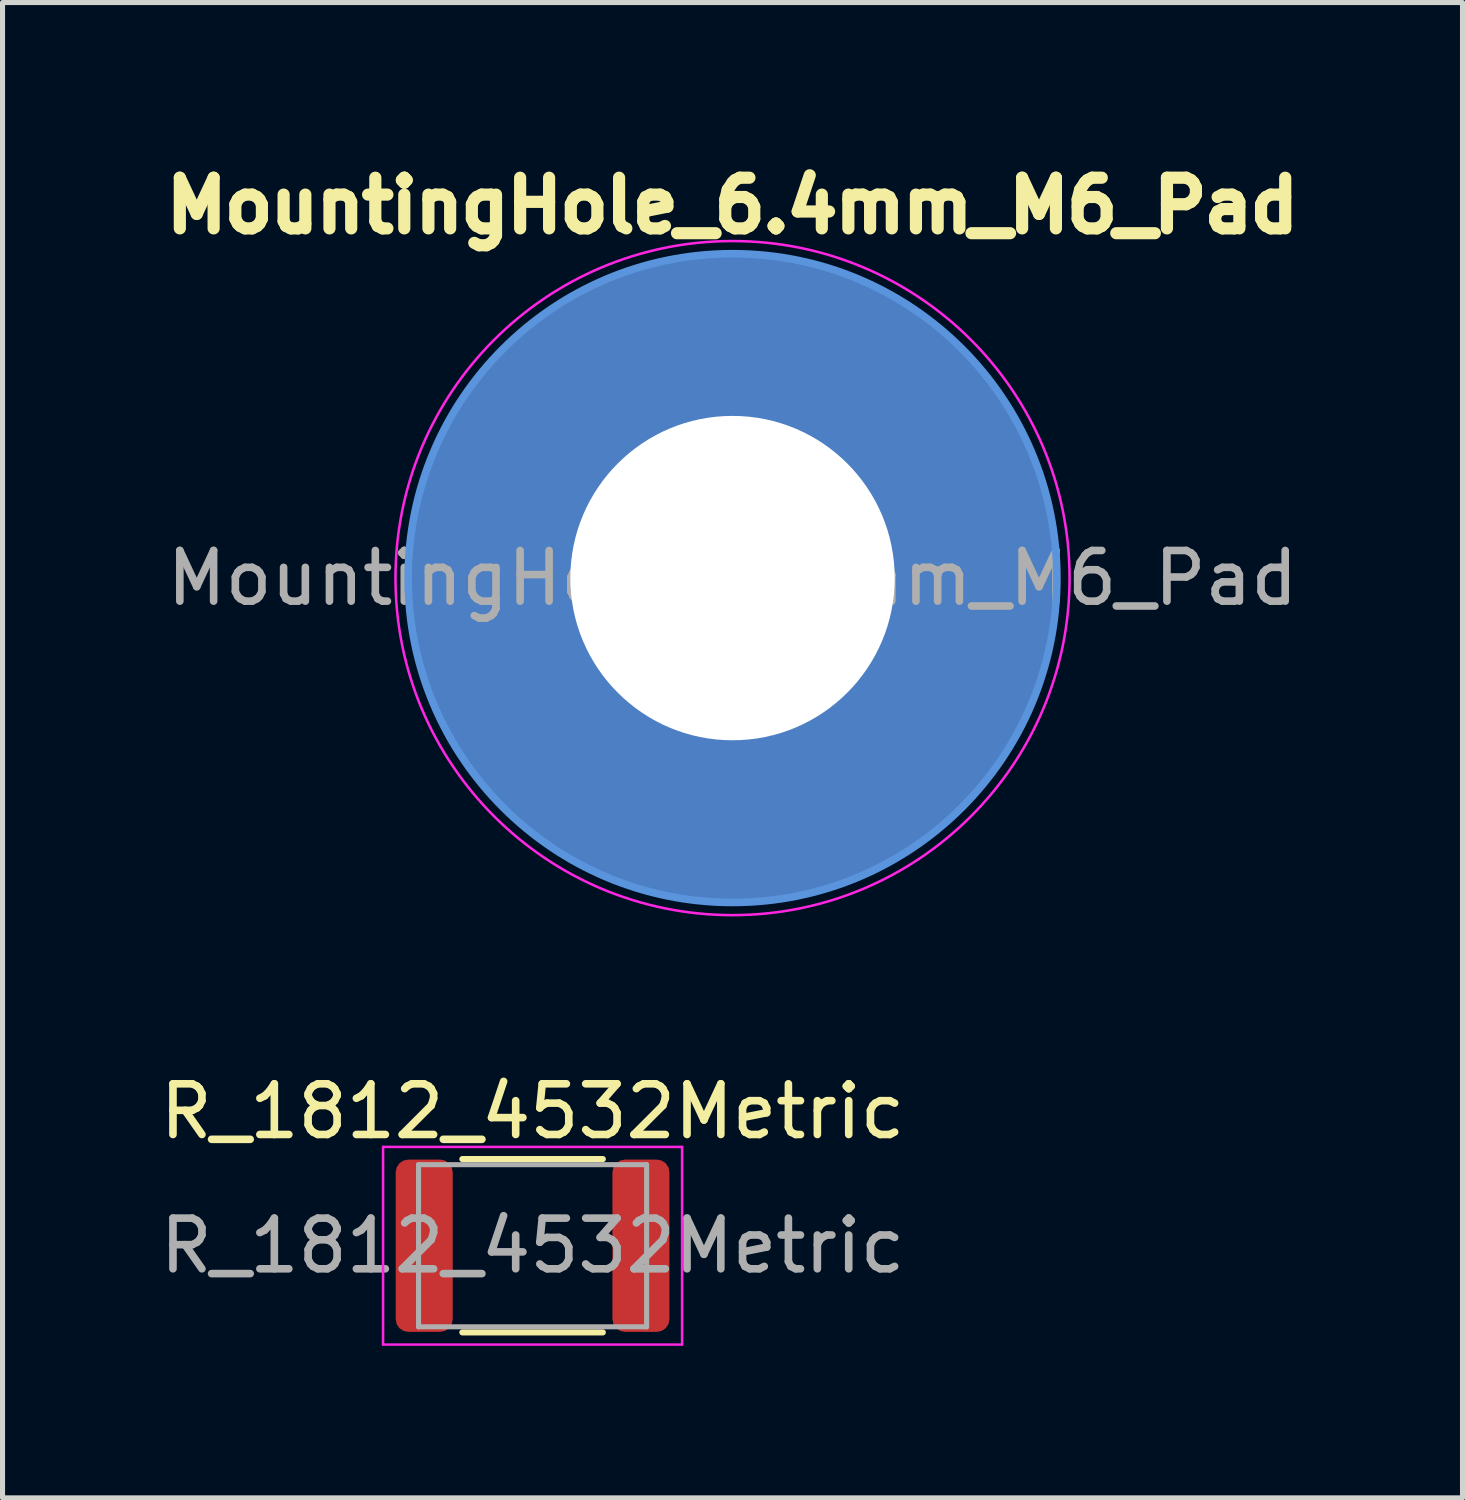
<source format=kicad_pcb>
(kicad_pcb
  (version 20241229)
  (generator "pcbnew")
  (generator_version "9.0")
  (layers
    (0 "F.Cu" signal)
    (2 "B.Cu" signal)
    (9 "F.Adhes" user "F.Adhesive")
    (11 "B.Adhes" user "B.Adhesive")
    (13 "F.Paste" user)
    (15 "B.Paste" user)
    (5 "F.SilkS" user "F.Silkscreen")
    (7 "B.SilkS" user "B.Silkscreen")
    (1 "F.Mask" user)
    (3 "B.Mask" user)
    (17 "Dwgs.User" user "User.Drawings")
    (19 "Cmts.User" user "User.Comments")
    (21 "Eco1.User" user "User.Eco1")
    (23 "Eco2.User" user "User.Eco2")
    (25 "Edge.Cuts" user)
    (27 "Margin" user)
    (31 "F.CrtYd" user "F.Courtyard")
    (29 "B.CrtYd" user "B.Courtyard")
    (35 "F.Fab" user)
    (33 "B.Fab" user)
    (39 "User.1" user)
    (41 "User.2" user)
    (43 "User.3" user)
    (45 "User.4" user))
  (footprint "MountingHole_6.4mm_M6_Pad"
    (layer "F.Cu")
    (at 11.403 8.356)
    (property "Reference" "MountingHole_6.4mm_M6_Pad" (at 0 -7.35 0) (layer "F.SilkS") (effects (font (size 1 1) (thickness 0.24))))
    (attr exclude_from_pos_files exclude_from_bom)
    (fp_circle (center 0 0) (end 6.4 0) (stroke (width 0.15) (type solid)) (fill no) (layer "Cmts.User"))
    (fp_circle (center 0 0) (end 6.65 0) (stroke (width 0.05) (type solid)) (fill no) (layer "F.CrtYd"))
    (fp_text user "${REFERENCE}" (at 0 0 0) (layer "F.Fab") (effects (font (size 1 1) (thickness 0.15))))
    (pad "1" thru_hole circle (at 0 0) (size 12.8 12.8) (drill 6.4) (layers "*.Cu" "*.Mask")))
  (footprint "R_1812_4532Metric"
    (layer "F.Cu")
    (at 7.458 21.529)
    (property "Reference" "R_1812_4532Metric" (at 0 -2.65 0) (layer "F.SilkS") (effects (font (size 1 1) (thickness 0.15))))
    (attr smd)
    (fp_line (start -1.386 -1.71) (end 1.386 -1.71) (stroke (width 0.12) (type solid)) (layer "F.SilkS"))
    (fp_line (start -1.386 1.71) (end 1.386 1.71) (stroke (width 0.12) (type solid)) (layer "F.SilkS"))
    (fp_line (start -2.95 -1.95) (end 2.95 -1.95) (stroke (width 0.05) (type solid)) (layer "F.CrtYd"))
    (fp_line (start -2.95 1.95) (end -2.95 -1.95) (stroke (width 0.05) (type solid)) (layer "F.CrtYd"))
    (fp_line (start 2.95 -1.95) (end 2.95 1.95) (stroke (width 0.05) (type solid)) (layer "F.CrtYd"))
    (fp_line (start 2.95 1.95) (end -2.95 1.95) (stroke (width 0.05) (type solid)) (layer "F.CrtYd"))
    (fp_line (start -2.25 -1.6) (end 2.25 -1.6) (stroke (width 0.1) (type solid)) (layer "F.Fab"))
    (fp_line (start -2.25 1.6) (end -2.25 -1.6) (stroke (width 0.1) (type solid)) (layer "F.Fab"))
    (fp_line (start 2.25 -1.6) (end 2.25 1.6) (stroke (width 0.1) (type solid)) (layer "F.Fab"))
    (fp_line (start 2.25 1.6) (end -2.25 1.6) (stroke (width 0.1) (type solid)) (layer "F.Fab"))
    (fp_text user "${REFERENCE}" (at 0 0 0) (layer "F.Fab") (effects (font (size 1 1) (thickness 0.15))))
    (pad "1" smd roundrect (at -2.138 0) (size 1.125 3.4) (layers "F.Cu" "F.Mask" "F.Paste") (roundrect_rratio 0.222))
    (pad "2" smd roundrect (at 2.138 0) (size 1.125 3.4) (layers "F.Cu" "F.Mask" "F.Paste") (roundrect_rratio 0.222)))
  (gr_rect
    (start -3 -3)
    (end 25.806 26.504)
    (stroke (width 0.1) (type default))
    (fill no)
    (layer "Edge.Cuts")))
</source>
